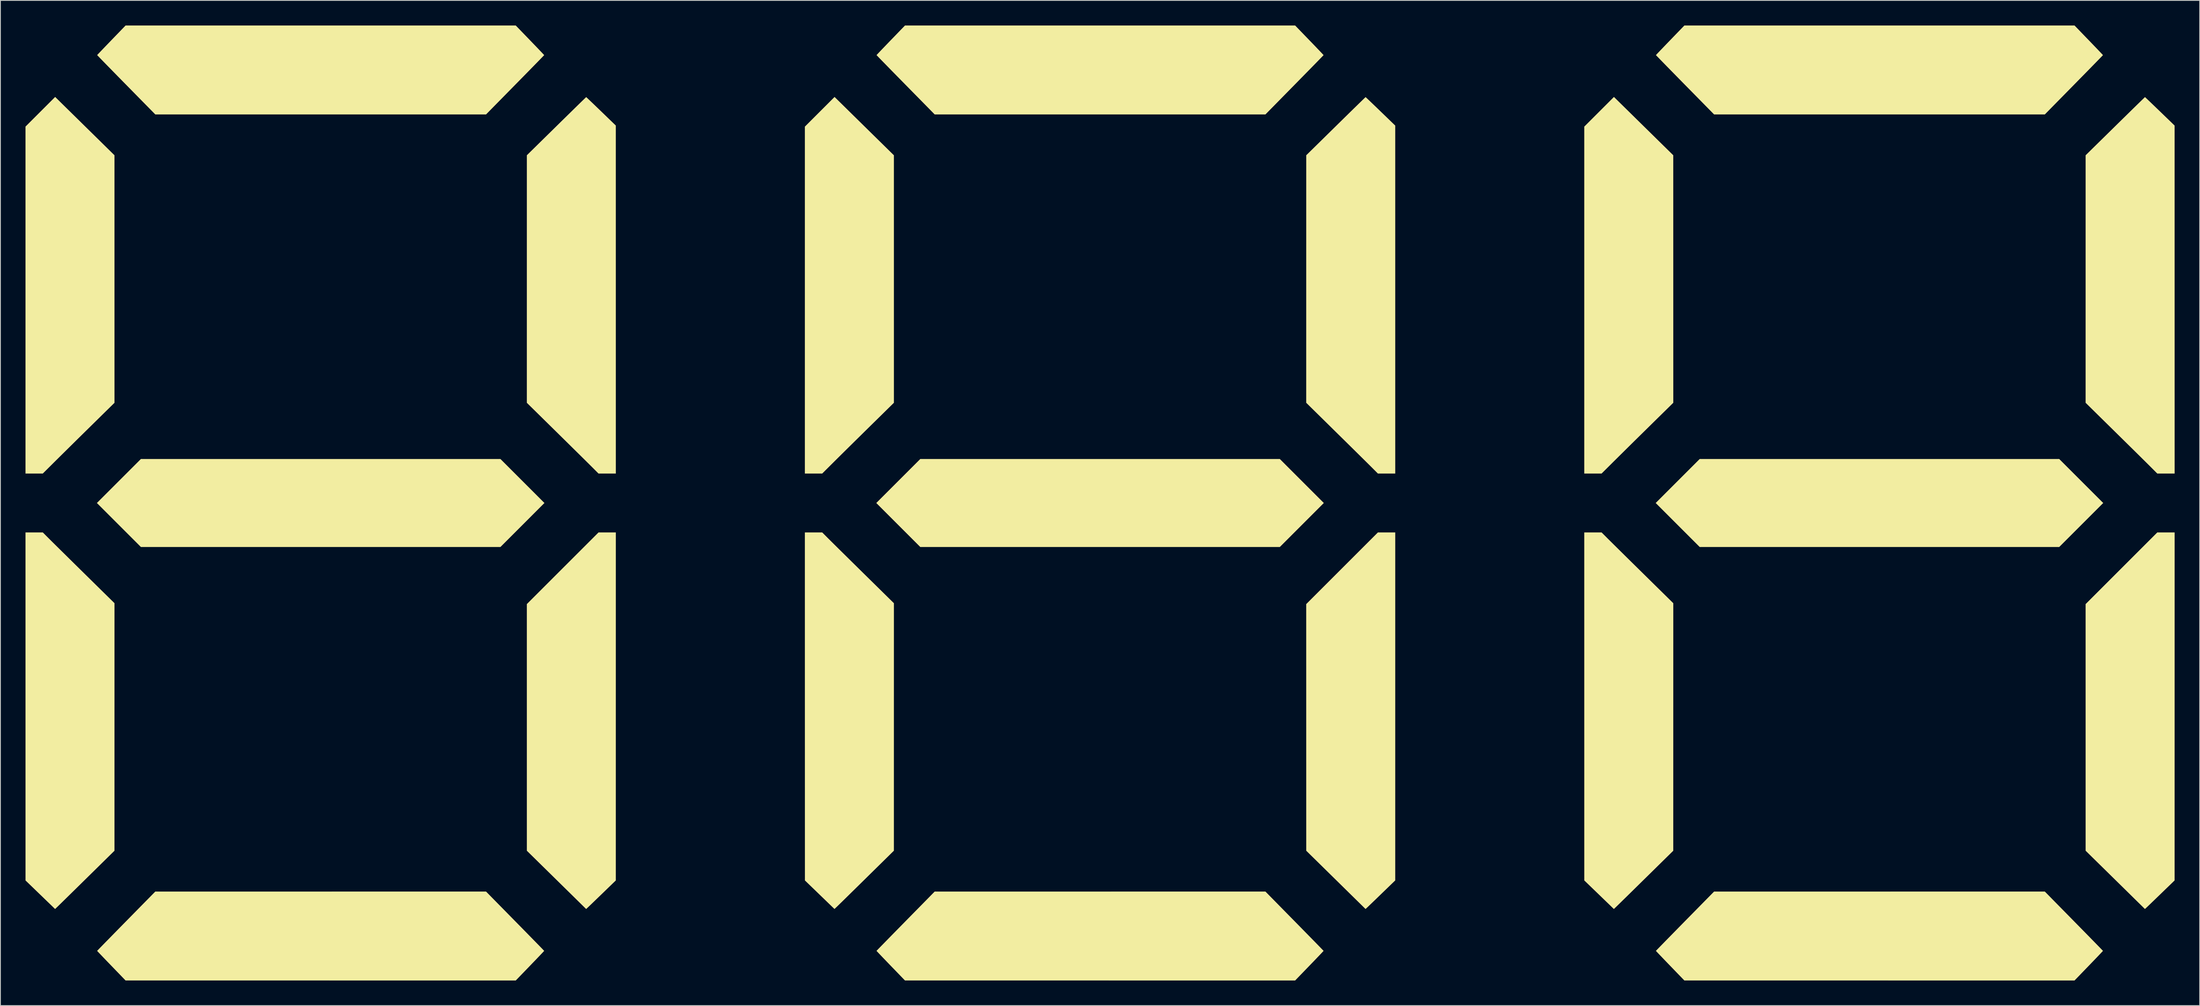
<source format=kicad_pcb>
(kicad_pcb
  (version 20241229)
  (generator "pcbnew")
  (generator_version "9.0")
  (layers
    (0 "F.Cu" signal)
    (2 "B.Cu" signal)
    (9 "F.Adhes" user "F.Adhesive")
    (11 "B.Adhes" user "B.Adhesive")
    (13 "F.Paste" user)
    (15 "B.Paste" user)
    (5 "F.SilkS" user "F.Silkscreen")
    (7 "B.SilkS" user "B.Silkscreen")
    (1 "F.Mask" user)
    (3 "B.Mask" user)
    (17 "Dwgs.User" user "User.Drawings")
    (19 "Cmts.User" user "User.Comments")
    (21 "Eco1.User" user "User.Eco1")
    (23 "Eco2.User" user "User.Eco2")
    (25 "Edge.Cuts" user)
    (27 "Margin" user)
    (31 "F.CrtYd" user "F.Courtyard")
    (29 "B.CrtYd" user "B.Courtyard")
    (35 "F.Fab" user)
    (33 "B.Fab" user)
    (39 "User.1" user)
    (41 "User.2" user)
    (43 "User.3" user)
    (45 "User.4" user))
  (footprint "F.SilkS_g1038"
    (layer "F.Cu")
    (at 128.58 57.153)
    (property "Reference" "F.SilkS_g1038" (at 0 0 0) (layer "F.SilkS") (effects (font (size 1.524 1.524) (thickness 0.3))))
    (attr through_hole)
    (fp_poly (pts (xy -69.113 -2.629) (xy -66.485 0) (xy -69.113 2.629) (xy -71.742 5.258) (xy -114.77 5.258) (xy -117.399 2.629) (xy -120.028 0) (xy -117.399 -2.629) (xy -114.77 -5.258) (xy -71.742 -5.258) (xy -69.113 -2.629)) (stroke (width 0.01) (type solid)) (fill yes) (layer "F.SilkS"))
    (fp_poly (pts (xy 24.155 -2.629) (xy 26.784 0) (xy 24.155 2.629) (xy 21.527 5.258) (xy -21.501 5.258) (xy -24.13 2.629) (xy -26.759 0) (xy -24.13 -2.629) (xy -21.501 -5.258) (xy 21.527 -5.258) (xy 24.155 -2.629)) (stroke (width 0.01) (type solid)) (fill yes) (layer "F.SilkS"))
    (fp_poly (pts (xy 117.424 -2.629) (xy 120.053 0) (xy 117.424 2.629) (xy 114.795 5.258) (xy 71.768 5.258) (xy 69.139 2.629) (xy 66.51 0) (xy 69.139 -2.629) (xy 71.768 -5.258) (xy 114.795 -5.258) (xy 117.424 -2.629)) (stroke (width 0.01) (type solid)) (fill yes) (layer "F.SilkS"))
    (fp_poly (pts (xy -57.939 24.352) (xy -57.94 45.174) (xy -59.514 46.698) (xy -59.756 46.932) (xy -59.991 47.159) (xy -60.217 47.377) (xy -60.429 47.582) (xy -60.626 47.771) (xy -60.803 47.942) (xy -60.958 48.091) (xy -61.088 48.216) (xy -61.19 48.313) (xy -61.261 48.38) (xy -61.288 48.405) (xy -61.486 48.589) (xy -65.032 45.103) (xy -68.578 41.618) (xy -68.579 26.86) (xy -68.58 12.103) (xy -64.294 7.817) (xy -60.007 3.531) (xy -57.937 3.531) (xy -57.939 24.352)) (stroke (width 0.01) (type solid)) (fill yes) (layer "F.SilkS"))
    (fp_poly (pts (xy 35.33 24.352) (xy 35.329 45.174) (xy 33.754 46.698) (xy 33.513 46.932) (xy 33.278 47.159) (xy 33.052 47.377) (xy 32.84 47.582) (xy 32.643 47.771) (xy 32.466 47.942) (xy 32.31 48.091) (xy 32.18 48.216) (xy 32.079 48.313) (xy 32.008 48.38) (xy 31.981 48.405) (xy 31.782 48.589) (xy 28.237 45.103) (xy 24.691 41.618) (xy 24.69 26.86) (xy 24.689 12.103) (xy 28.975 7.817) (xy 33.261 3.531) (xy 35.331 3.531) (xy 35.33 24.352)) (stroke (width 0.01) (type solid)) (fill yes) (layer "F.SilkS"))
    (fp_poly (pts (xy 128.599 24.352) (xy 128.598 45.174) (xy 127.023 46.698) (xy 126.781 46.932) (xy 126.546 47.159) (xy 126.321 47.377) (xy 126.109 47.582) (xy 125.912 47.771) (xy 125.735 47.942) (xy 125.579 48.091) (xy 125.449 48.216) (xy 125.347 48.313) (xy 125.277 48.38) (xy 125.25 48.405) (xy 125.051 48.589) (xy 121.506 45.103) (xy 117.96 41.618) (xy 117.959 26.86) (xy 117.958 12.103) (xy 122.244 7.817) (xy 126.53 3.531) (xy 128.6 3.531) (xy 128.599 24.352)) (stroke (width 0.01) (type solid)) (fill yes) (layer "F.SilkS"))
    (fp_poly (pts (xy -121.481 -45.105) (xy -117.934 -41.618) (xy -117.932 -11.996) (xy -120.771 -9.205) (xy -121.118 -8.863) (xy -121.474 -8.513) (xy -121.834 -8.158) (xy -122.196 -7.802) (xy -122.556 -7.448) (xy -122.909 -7.099) (xy -123.254 -6.759) (xy -123.585 -6.431) (xy -123.901 -6.119) (xy -124.197 -5.827) (xy -124.469 -5.558) (xy -124.714 -5.314) (xy -124.93 -5.101) (xy -125.059 -4.973) (xy -126.508 -3.531) (xy -128.575 -3.531) (xy -128.575 -45.047) (xy -126.802 -46.82) (xy -125.029 -48.593) (xy -121.481 -45.105)) (stroke (width 0.01) (type solid)) (fill yes) (layer "F.SilkS"))
    (fp_poly (pts (xy -28.213 -45.105) (xy -24.665 -41.618) (xy -24.664 -26.807) (xy -24.663 -11.996) (xy -27.502 -9.205) (xy -27.849 -8.863) (xy -28.205 -8.513) (xy -28.565 -8.158) (xy -28.927 -7.802) (xy -29.287 -7.448) (xy -29.64 -7.099) (xy -29.985 -6.759) (xy -30.317 -6.431) (xy -30.632 -6.119) (xy -30.928 -5.827) (xy -31.2 -5.558) (xy -31.446 -5.314) (xy -31.661 -5.101) (xy -31.79 -4.973) (xy -33.239 -3.531) (xy -35.306 -3.531) (xy -35.306 -45.047) (xy -33.533 -46.82) (xy -31.76 -48.593) (xy -28.213 -45.105)) (stroke (width 0.01) (type solid)) (fill yes) (layer "F.SilkS"))
    (fp_poly (pts (xy 65.056 -45.105) (xy 68.603 -41.618) (xy 68.604 -26.807) (xy 68.605 -11.996) (xy 65.767 -9.205) (xy 65.42 -8.863) (xy 65.064 -8.513) (xy 64.703 -8.158) (xy 64.342 -7.802) (xy 63.982 -7.448) (xy 63.628 -7.099) (xy 63.284 -6.759) (xy 62.952 -6.431) (xy 62.637 -6.119) (xy 62.341 -5.827) (xy 62.069 -5.558) (xy 61.823 -5.314) (xy 61.608 -5.101) (xy 61.479 -4.973) (xy 60.03 -3.531) (xy 57.963 -3.531) (xy 57.963 -45.047) (xy 59.736 -46.82) (xy 61.509 -48.593) (xy 65.056 -45.105)) (stroke (width 0.01) (type solid)) (fill yes) (layer "F.SilkS"))
    (fp_poly (pts (xy -125.819 4.219) (xy -125.73 4.307) (xy -125.608 4.428) (xy -125.454 4.582) (xy -125.27 4.764) (xy -125.059 4.973) (xy -124.822 5.207) (xy -124.562 5.464) (xy -124.282 5.741) (xy -123.982 6.036) (xy -123.666 6.348) (xy -123.336 6.674) (xy -122.993 7.012) (xy -122.641 7.359) (xy -122.28 7.714) (xy -121.914 8.075) (xy -121.545 8.439) (xy -121.533 8.451) (xy -117.932 11.995) (xy -117.933 26.807) (xy -117.934 41.618) (xy -121.071 44.704) (xy -121.412 45.04) (xy -121.748 45.37) (xy -122.076 45.693) (xy -122.395 46.006) (xy -122.701 46.307) (xy -122.993 46.593) (xy -123.268 46.864) (xy -123.525 47.116) (xy -123.761 47.348) (xy -123.974 47.556) (xy -124.162 47.741) (xy -124.323 47.898) (xy -124.454 48.026) (xy -124.553 48.123) (xy -124.619 48.186) (xy -124.622 48.19) (xy -125.037 48.589) (xy -126.805 46.881) (xy -128.572 45.174) (xy -128.574 24.352) (xy -128.575 3.531) (xy -126.504 3.531) (xy -125.819 4.219)) (stroke (width 0.01) (type solid)) (fill yes) (layer "F.SilkS"))
    (fp_poly (pts (xy -32.55 4.219) (xy -32.462 4.307) (xy -32.339 4.428) (xy -32.185 4.582) (xy -32.001 4.764) (xy -31.79 4.973) (xy -31.553 5.207) (xy -31.294 5.464) (xy -31.013 5.741) (xy -30.713 6.036) (xy -30.397 6.348) (xy -30.067 6.674) (xy -29.725 7.012) (xy -29.372 7.359) (xy -29.012 7.714) (xy -28.646 8.075) (xy -28.276 8.439) (xy -28.264 8.451) (xy -24.663 11.995) (xy -24.665 26.807) (xy -24.666 41.618) (xy -27.802 44.704) (xy -28.143 45.04) (xy -28.479 45.37) (xy -28.807 45.693) (xy -29.126 46.006) (xy -29.432 46.307) (xy -29.724 46.593) (xy -29.999 46.864) (xy -30.256 47.116) (xy -30.492 47.348) (xy -30.705 47.556) (xy -30.893 47.741) (xy -31.054 47.898) (xy -31.185 48.026) (xy -31.285 48.123) (xy -31.35 48.186) (xy -31.353 48.19) (xy -31.768 48.589) (xy -33.536 46.881) (xy -35.303 45.174) (xy -35.305 24.352) (xy -35.306 3.531) (xy -33.236 3.531) (xy -32.55 4.219)) (stroke (width 0.01) (type solid)) (fill yes) (layer "F.SilkS"))
    (fp_poly (pts (xy 60.719 4.219) (xy 60.807 4.307) (xy 60.93 4.428) (xy 61.084 4.582) (xy 61.268 4.764) (xy 61.479 4.973) (xy 61.716 5.207) (xy 61.975 5.464) (xy 62.256 5.741) (xy 62.555 6.036) (xy 62.871 6.348) (xy 63.202 6.674) (xy 63.544 7.012) (xy 63.897 7.359) (xy 64.257 7.714) (xy 64.623 8.075) (xy 64.993 8.439) (xy 65.005 8.451) (xy 68.605 11.995) (xy 68.604 26.807) (xy 68.603 41.618) (xy 65.467 44.704) (xy 65.125 45.04) (xy 64.789 45.37) (xy 64.461 45.693) (xy 64.143 46.006) (xy 63.837 46.307) (xy 63.545 46.593) (xy 63.269 46.864) (xy 63.013 47.116) (xy 62.776 47.348) (xy 62.563 47.556) (xy 62.375 47.741) (xy 62.215 47.898) (xy 62.084 48.026) (xy 61.984 48.123) (xy 61.919 48.186) (xy 61.915 48.19) (xy 61.5 48.589) (xy 59.733 46.881) (xy 57.965 45.174) (xy 57.964 24.352) (xy 57.963 3.531) (xy 60.033 3.531) (xy 60.719 4.219)) (stroke (width 0.01) (type solid)) (fill yes) (layer "F.SilkS"))
    (fp_poly (pts (xy -61.46 -48.557) (xy -61.405 -48.507) (xy -61.318 -48.426) (xy -61.203 -48.317) (xy -61.061 -48.183) (xy -60.896 -48.025) (xy -60.709 -47.846) (xy -60.504 -47.649) (xy -60.282 -47.436) (xy -60.046 -47.209) (xy -59.799 -46.971) (xy -59.699 -46.874) (xy -57.94 -45.174) (xy -57.937 -3.531) (xy -60.008 -3.531) (xy -60.744 -4.269) (xy -60.838 -4.363) (xy -60.967 -4.491) (xy -61.127 -4.65) (xy -61.316 -4.837) (xy -61.533 -5.052) (xy -61.774 -5.291) (xy -62.039 -5.552) (xy -62.324 -5.834) (xy -62.627 -6.133) (xy -62.946 -6.448) (xy -63.279 -6.776) (xy -63.623 -7.116) (xy -63.977 -7.465) (xy -64.338 -7.82) (xy -64.704 -8.18) (xy -65.03 -8.502) (xy -68.58 -11.996) (xy -68.579 -26.807) (xy -68.578 -41.618) (xy -65.04 -45.096) (xy -64.685 -45.445) (xy -64.339 -45.785) (xy -64.004 -46.113) (xy -63.683 -46.428) (xy -63.376 -46.729) (xy -63.086 -47.013) (xy -62.815 -47.279) (xy -62.563 -47.525) (xy -62.333 -47.75) (xy -62.127 -47.951) (xy -61.946 -48.127) (xy -61.792 -48.276) (xy -61.667 -48.397) (xy -61.572 -48.488) (xy -61.51 -48.548) (xy -61.482 -48.573) (xy -61.481 -48.574) (xy -61.46 -48.557)) (stroke (width 0.01) (type solid)) (fill yes) (layer "F.SilkS"))
    (fp_poly (pts (xy 31.809 -48.557) (xy 31.864 -48.507) (xy 31.95 -48.426) (xy 32.066 -48.317) (xy 32.207 -48.183) (xy 32.373 -48.025) (xy 32.56 -47.846) (xy 32.765 -47.649) (xy 32.987 -47.436) (xy 33.223 -47.209) (xy 33.469 -46.971) (xy 33.57 -46.874) (xy 35.329 -45.174) (xy 35.331 -3.531) (xy 33.261 -3.531) (xy 32.525 -4.269) (xy 32.43 -4.363) (xy 32.302 -4.491) (xy 32.142 -4.65) (xy 31.953 -4.837) (xy 31.736 -5.052) (xy 31.494 -5.291) (xy 31.23 -5.552) (xy 30.945 -5.834) (xy 30.642 -6.133) (xy 30.323 -6.448) (xy 29.99 -6.776) (xy 29.645 -7.116) (xy 29.292 -7.465) (xy 28.931 -7.82) (xy 28.565 -8.18) (xy 28.238 -8.502) (xy 24.689 -11.996) (xy 24.69 -26.807) (xy 24.691 -41.618) (xy 28.229 -45.096) (xy 28.584 -45.445) (xy 28.93 -45.785) (xy 29.264 -46.113) (xy 29.586 -46.428) (xy 29.892 -46.729) (xy 30.182 -47.013) (xy 30.454 -47.279) (xy 30.706 -47.525) (xy 30.936 -47.75) (xy 31.142 -47.951) (xy 31.323 -48.127) (xy 31.477 -48.276) (xy 31.602 -48.397) (xy 31.696 -48.488) (xy 31.759 -48.548) (xy 31.787 -48.573) (xy 31.788 -48.574) (xy 31.809 -48.557)) (stroke (width 0.01) (type solid)) (fill yes) (layer "F.SilkS"))
    (fp_poly (pts (xy 125.078 -48.557) (xy 125.133 -48.507) (xy 125.219 -48.426) (xy 125.335 -48.317) (xy 125.476 -48.183) (xy 125.642 -48.025) (xy 125.828 -47.846) (xy 126.034 -47.649) (xy 126.256 -47.436) (xy 126.491 -47.209) (xy 126.738 -46.971) (xy 126.838 -46.874) (xy 128.598 -45.174) (xy 128.6 -3.531) (xy 126.53 -3.531) (xy 125.793 -4.269) (xy 125.699 -4.363) (xy 125.571 -4.491) (xy 125.411 -4.65) (xy 125.222 -4.837) (xy 125.005 -5.052) (xy 124.763 -5.291) (xy 124.499 -5.552) (xy 124.214 -5.834) (xy 123.911 -6.133) (xy 123.592 -6.448) (xy 123.259 -6.776) (xy 122.914 -7.116) (xy 122.56 -7.465) (xy 122.2 -7.82) (xy 121.834 -8.18) (xy 121.507 -8.502) (xy 117.958 -11.996) (xy 117.959 -26.807) (xy 117.96 -41.618) (xy 121.498 -45.096) (xy 121.853 -45.445) (xy 122.199 -45.785) (xy 122.533 -46.113) (xy 122.855 -46.428) (xy 123.161 -46.729) (xy 123.451 -47.013) (xy 123.723 -47.279) (xy 123.975 -47.525) (xy 124.204 -47.75) (xy 124.411 -47.951) (xy 124.592 -48.127) (xy 124.745 -48.276) (xy 124.871 -48.397) (xy 124.965 -48.488) (xy 125.027 -48.548) (xy 125.056 -48.573) (xy 125.057 -48.574) (xy 125.078 -48.557)) (stroke (width 0.01) (type solid)) (fill yes) (layer "F.SilkS"))
    (fp_poly (pts (xy -69.993 50.045) (xy -69.644 50.401) (xy -69.304 50.746) (xy -68.976 51.081) (xy -68.661 51.402) (xy -68.36 51.709) (xy -68.076 51.999) (xy -67.81 52.271) (xy -67.564 52.522) (xy -67.34 52.752) (xy -67.138 52.958) (xy -66.962 53.139) (xy -66.813 53.293) (xy -66.692 53.418) (xy -66.601 53.513) (xy -66.542 53.575) (xy -66.516 53.603) (xy -66.515 53.605) (xy -66.532 53.626) (xy -66.582 53.681) (xy -66.662 53.768) (xy -66.771 53.883) (xy -66.905 54.025) (xy -67.063 54.191) (xy -67.242 54.378) (xy -67.439 54.584) (xy -67.652 54.806) (xy -67.879 55.041) (xy -68.117 55.288) (xy -68.213 55.388) (xy -69.913 57.148) (xy -116.599 57.147) (xy -118.3 55.386) (xy -118.542 55.135) (xy -118.774 54.895) (xy -118.993 54.667) (xy -119.197 54.455) (xy -119.383 54.26) (xy -119.549 54.086) (xy -119.693 53.935) (xy -119.813 53.809) (xy -119.905 53.711) (xy -119.967 53.643) (xy -119.998 53.609) (xy -120 53.605) (xy -119.983 53.585) (xy -119.931 53.531) (xy -119.847 53.444) (xy -119.733 53.326) (xy -119.59 53.179) (xy -119.419 53.004) (xy -119.224 52.804) (xy -119.005 52.579) (xy -118.763 52.333) (xy -118.502 52.066) (xy -118.222 51.78) (xy -117.925 51.477) (xy -117.613 51.159) (xy -117.287 50.827) (xy -116.95 50.484) (xy -116.603 50.131) (xy -116.521 50.047) (xy -113.043 46.51) (xy -73.469 46.509) (xy -69.993 50.045)) (stroke (width 0.01) (type solid)) (fill yes) (layer "F.SilkS"))
    (fp_poly (pts (xy 23.276 50.045) (xy 23.625 50.401) (xy 23.965 50.746) (xy 24.293 51.081) (xy 24.608 51.402) (xy 24.909 51.709) (xy 25.193 51.999) (xy 25.459 52.271) (xy 25.705 52.522) (xy 25.929 52.752) (xy 26.13 52.958) (xy 26.307 53.139) (xy 26.456 53.293) (xy 26.577 53.418) (xy 26.668 53.513) (xy 26.727 53.575) (xy 26.753 53.603) (xy 26.754 53.605) (xy 26.737 53.626) (xy 26.687 53.681) (xy 26.606 53.768) (xy 26.498 53.883) (xy 26.363 54.025) (xy 26.206 54.191) (xy 26.027 54.378) (xy 25.83 54.584) (xy 25.617 54.806) (xy 25.39 55.041) (xy 25.152 55.288) (xy 25.055 55.388) (xy 23.355 57.148) (xy -23.33 57.147) (xy -25.032 55.386) (xy -25.274 55.135) (xy -25.505 54.895) (xy -25.724 54.667) (xy -25.928 54.455) (xy -26.114 54.26) (xy -26.28 54.086) (xy -26.424 53.935) (xy -26.544 53.809) (xy -26.636 53.711) (xy -26.698 53.643) (xy -26.729 53.609) (xy -26.732 53.605) (xy -26.714 53.585) (xy -26.662 53.531) (xy -26.578 53.444) (xy -26.464 53.326) (xy -26.321 53.179) (xy -26.151 53.004) (xy -25.955 52.804) (xy -25.736 52.579) (xy -25.494 52.333) (xy -25.233 52.066) (xy -24.953 51.78) (xy -24.656 51.477) (xy -24.344 51.159) (xy -24.018 50.827) (xy -23.681 50.484) (xy -23.334 50.131) (xy -23.252 50.047) (xy -19.774 46.51) (xy 19.799 46.509) (xy 23.276 50.045)) (stroke (width 0.01) (type solid)) (fill yes) (layer "F.SilkS"))
    (fp_poly (pts (xy 116.544 50.045) (xy 116.894 50.401) (xy 117.233 50.746) (xy 117.562 51.081) (xy 117.877 51.402) (xy 118.177 51.709) (xy 118.462 51.999) (xy 118.727 52.271) (xy 118.974 52.522) (xy 119.198 52.752) (xy 119.399 52.958) (xy 119.575 53.139) (xy 119.725 53.293) (xy 119.846 53.418) (xy 119.937 53.513) (xy 119.996 53.575) (xy 120.022 53.603) (xy 120.023 53.605) (xy 120.006 53.626) (xy 119.956 53.681) (xy 119.875 53.768) (xy 119.767 53.883) (xy 119.632 54.025) (xy 119.475 54.191) (xy 119.296 54.378) (xy 119.099 54.584) (xy 118.886 54.806) (xy 118.659 55.041) (xy 118.421 55.288) (xy 118.324 55.388) (xy 116.624 57.148) (xy 69.939 57.147) (xy 68.237 55.386) (xy 67.995 55.135) (xy 67.764 54.895) (xy 67.545 54.667) (xy 67.341 54.455) (xy 67.155 54.26) (xy 66.988 54.086) (xy 66.844 53.935) (xy 66.725 53.809) (xy 66.633 53.711) (xy 66.57 53.643) (xy 66.54 53.609) (xy 66.537 53.605) (xy 66.555 53.585) (xy 66.606 53.531) (xy 66.69 53.444) (xy 66.805 53.326) (xy 66.948 53.179) (xy 67.118 53.004) (xy 67.314 52.804) (xy 67.533 52.579) (xy 67.774 52.333) (xy 68.036 52.066) (xy 68.316 51.78) (xy 68.613 51.477) (xy 68.925 51.159) (xy 69.25 50.827) (xy 69.588 50.484) (xy 69.935 50.131) (xy 70.017 50.047) (xy 73.495 46.51) (xy 113.068 46.509) (xy 116.544 50.045)) (stroke (width 0.01) (type solid)) (fill yes) (layer "F.SilkS"))
    (fp_poly (pts (xy -68.213 -55.388) (xy -67.972 -55.138) (xy -67.74 -54.897) (xy -67.521 -54.67) (xy -67.317 -54.457) (xy -67.131 -54.262) (xy -66.965 -54.088) (xy -66.821 -53.937) (xy -66.702 -53.81) (xy -66.61 -53.712) (xy -66.548 -53.644) (xy -66.518 -53.609) (xy -66.515 -53.605) (xy -66.533 -53.585) (xy -66.584 -53.53) (xy -66.668 -53.443) (xy -66.783 -53.324) (xy -66.926 -53.177) (xy -67.096 -53.002) (xy -67.292 -52.801) (xy -67.511 -52.577) (xy -67.752 -52.33) (xy -68.014 -52.062) (xy -68.294 -51.776) (xy -68.591 -51.473) (xy -68.903 -51.155) (xy -69.229 -50.824) (xy -69.566 -50.48) (xy -69.913 -50.127) (xy -69.993 -50.045) (xy -73.469 -46.509) (xy -93.256 -46.51) (xy -113.043 -46.51) (xy -116.521 -50.048) (xy -116.87 -50.403) (xy -117.209 -50.749) (xy -117.538 -51.083) (xy -117.853 -51.405) (xy -118.153 -51.711) (xy -118.437 -52.002) (xy -118.703 -52.273) (xy -118.949 -52.525) (xy -119.173 -52.755) (xy -119.374 -52.961) (xy -119.55 -53.142) (xy -119.7 -53.296) (xy -119.821 -53.422) (xy -119.911 -53.516) (xy -119.97 -53.579) (xy -119.996 -53.607) (xy -119.997 -53.609) (xy -119.979 -53.63) (xy -119.929 -53.685) (xy -119.848 -53.772) (xy -119.739 -53.887) (xy -119.604 -54.029) (xy -119.446 -54.195) (xy -119.267 -54.382) (xy -119.07 -54.587) (xy -118.856 -54.809) (xy -118.63 -55.045) (xy -118.391 -55.292) (xy -118.297 -55.39) (xy -116.599 -57.147) (xy -69.913 -57.148) (xy -68.213 -55.388)) (stroke (width 0.01) (type solid)) (fill yes) (layer "F.SilkS"))
    (fp_poly (pts (xy 25.055 -55.388) (xy 25.297 -55.138) (xy 25.529 -54.897) (xy 25.748 -54.67) (xy 25.951 -54.457) (xy 26.137 -54.262) (xy 26.304 -54.088) (xy 26.448 -53.937) (xy 26.567 -53.81) (xy 26.659 -53.712) (xy 26.721 -53.644) (xy 26.751 -53.609) (xy 26.754 -53.605) (xy 26.736 -53.585) (xy 26.684 -53.53) (xy 26.601 -53.443) (xy 26.486 -53.324) (xy 26.343 -53.177) (xy 26.173 -53.002) (xy 25.977 -52.801) (xy 25.758 -52.577) (xy 25.516 -52.33) (xy 25.255 -52.062) (xy 24.975 -51.776) (xy 24.678 -51.473) (xy 24.366 -51.155) (xy 24.04 -50.824) (xy 23.703 -50.48) (xy 23.356 -50.127) (xy 23.276 -50.045) (xy 19.799 -46.509) (xy 0.013 -46.51) (xy -19.774 -46.51) (xy -23.252 -50.048) (xy -23.601 -50.403) (xy -23.941 -50.749) (xy -24.269 -51.083) (xy -24.584 -51.405) (xy -24.885 -51.711) (xy -25.169 -52.002) (xy -25.434 -52.273) (xy -25.68 -52.525) (xy -25.905 -52.755) (xy -26.106 -52.961) (xy -26.282 -53.142) (xy -26.431 -53.296) (xy -26.552 -53.422) (xy -26.643 -53.516) (xy -26.701 -53.579) (xy -26.727 -53.607) (xy -26.728 -53.609) (xy -26.71 -53.63) (xy -26.66 -53.685) (xy -26.579 -53.772) (xy -26.47 -53.887) (xy -26.335 -54.029) (xy -26.177 -54.195) (xy -25.998 -54.382) (xy -25.801 -54.587) (xy -25.588 -54.809) (xy -25.361 -55.045) (xy -25.123 -55.292) (xy -25.028 -55.39) (xy -23.33 -57.147) (xy 23.355 -57.148) (xy 25.055 -55.388)) (stroke (width 0.01) (type solid)) (fill yes) (layer "F.SilkS"))
    (fp_poly (pts (xy 118.324 -55.388) (xy 118.566 -55.138) (xy 118.798 -54.897) (xy 119.016 -54.67) (xy 119.22 -54.457) (xy 119.406 -54.262) (xy 119.572 -54.088) (xy 119.716 -53.937) (xy 119.835 -53.81) (xy 119.927 -53.712) (xy 119.99 -53.644) (xy 120.02 -53.609) (xy 120.023 -53.605) (xy 120.005 -53.585) (xy 119.953 -53.53) (xy 119.869 -53.443) (xy 119.755 -53.324) (xy 119.612 -53.177) (xy 119.442 -53.002) (xy 119.246 -52.801) (xy 119.027 -52.577) (xy 118.785 -52.33) (xy 118.524 -52.062) (xy 118.244 -51.776) (xy 117.947 -51.473) (xy 117.635 -51.155) (xy 117.309 -50.824) (xy 116.972 -50.48) (xy 116.625 -50.127) (xy 116.544 -50.045) (xy 113.068 -46.509) (xy 93.281 -46.51) (xy 73.495 -46.51) (xy 70.017 -50.048) (xy 69.668 -50.403) (xy 69.328 -50.749) (xy 69 -51.083) (xy 68.685 -51.405) (xy 68.384 -51.711) (xy 68.1 -52.002) (xy 67.834 -52.273) (xy 67.589 -52.525) (xy 67.364 -52.755) (xy 67.163 -52.961) (xy 66.987 -53.142) (xy 66.838 -53.296) (xy 66.717 -53.422) (xy 66.626 -53.516) (xy 66.567 -53.579) (xy 66.542 -53.607) (xy 66.541 -53.609) (xy 66.559 -53.63) (xy 66.609 -53.685) (xy 66.69 -53.772) (xy 66.799 -53.887) (xy 66.934 -54.029) (xy 67.092 -54.195) (xy 67.271 -54.382) (xy 67.468 -54.587) (xy 67.681 -54.809) (xy 67.908 -55.045) (xy 68.146 -55.292) (xy 68.241 -55.39) (xy 69.939 -57.147) (xy 116.624 -57.148) (xy 118.324 -55.388)) (stroke (width 0.01) (type solid)) (fill yes) (layer "F.SilkS")))
  (gr_rect
    (start -3 -3)
    (end 260.185 117.306)
    (stroke (width 0.1) (type default))
    (fill no)
    (layer "Edge.Cuts")))
</source>
